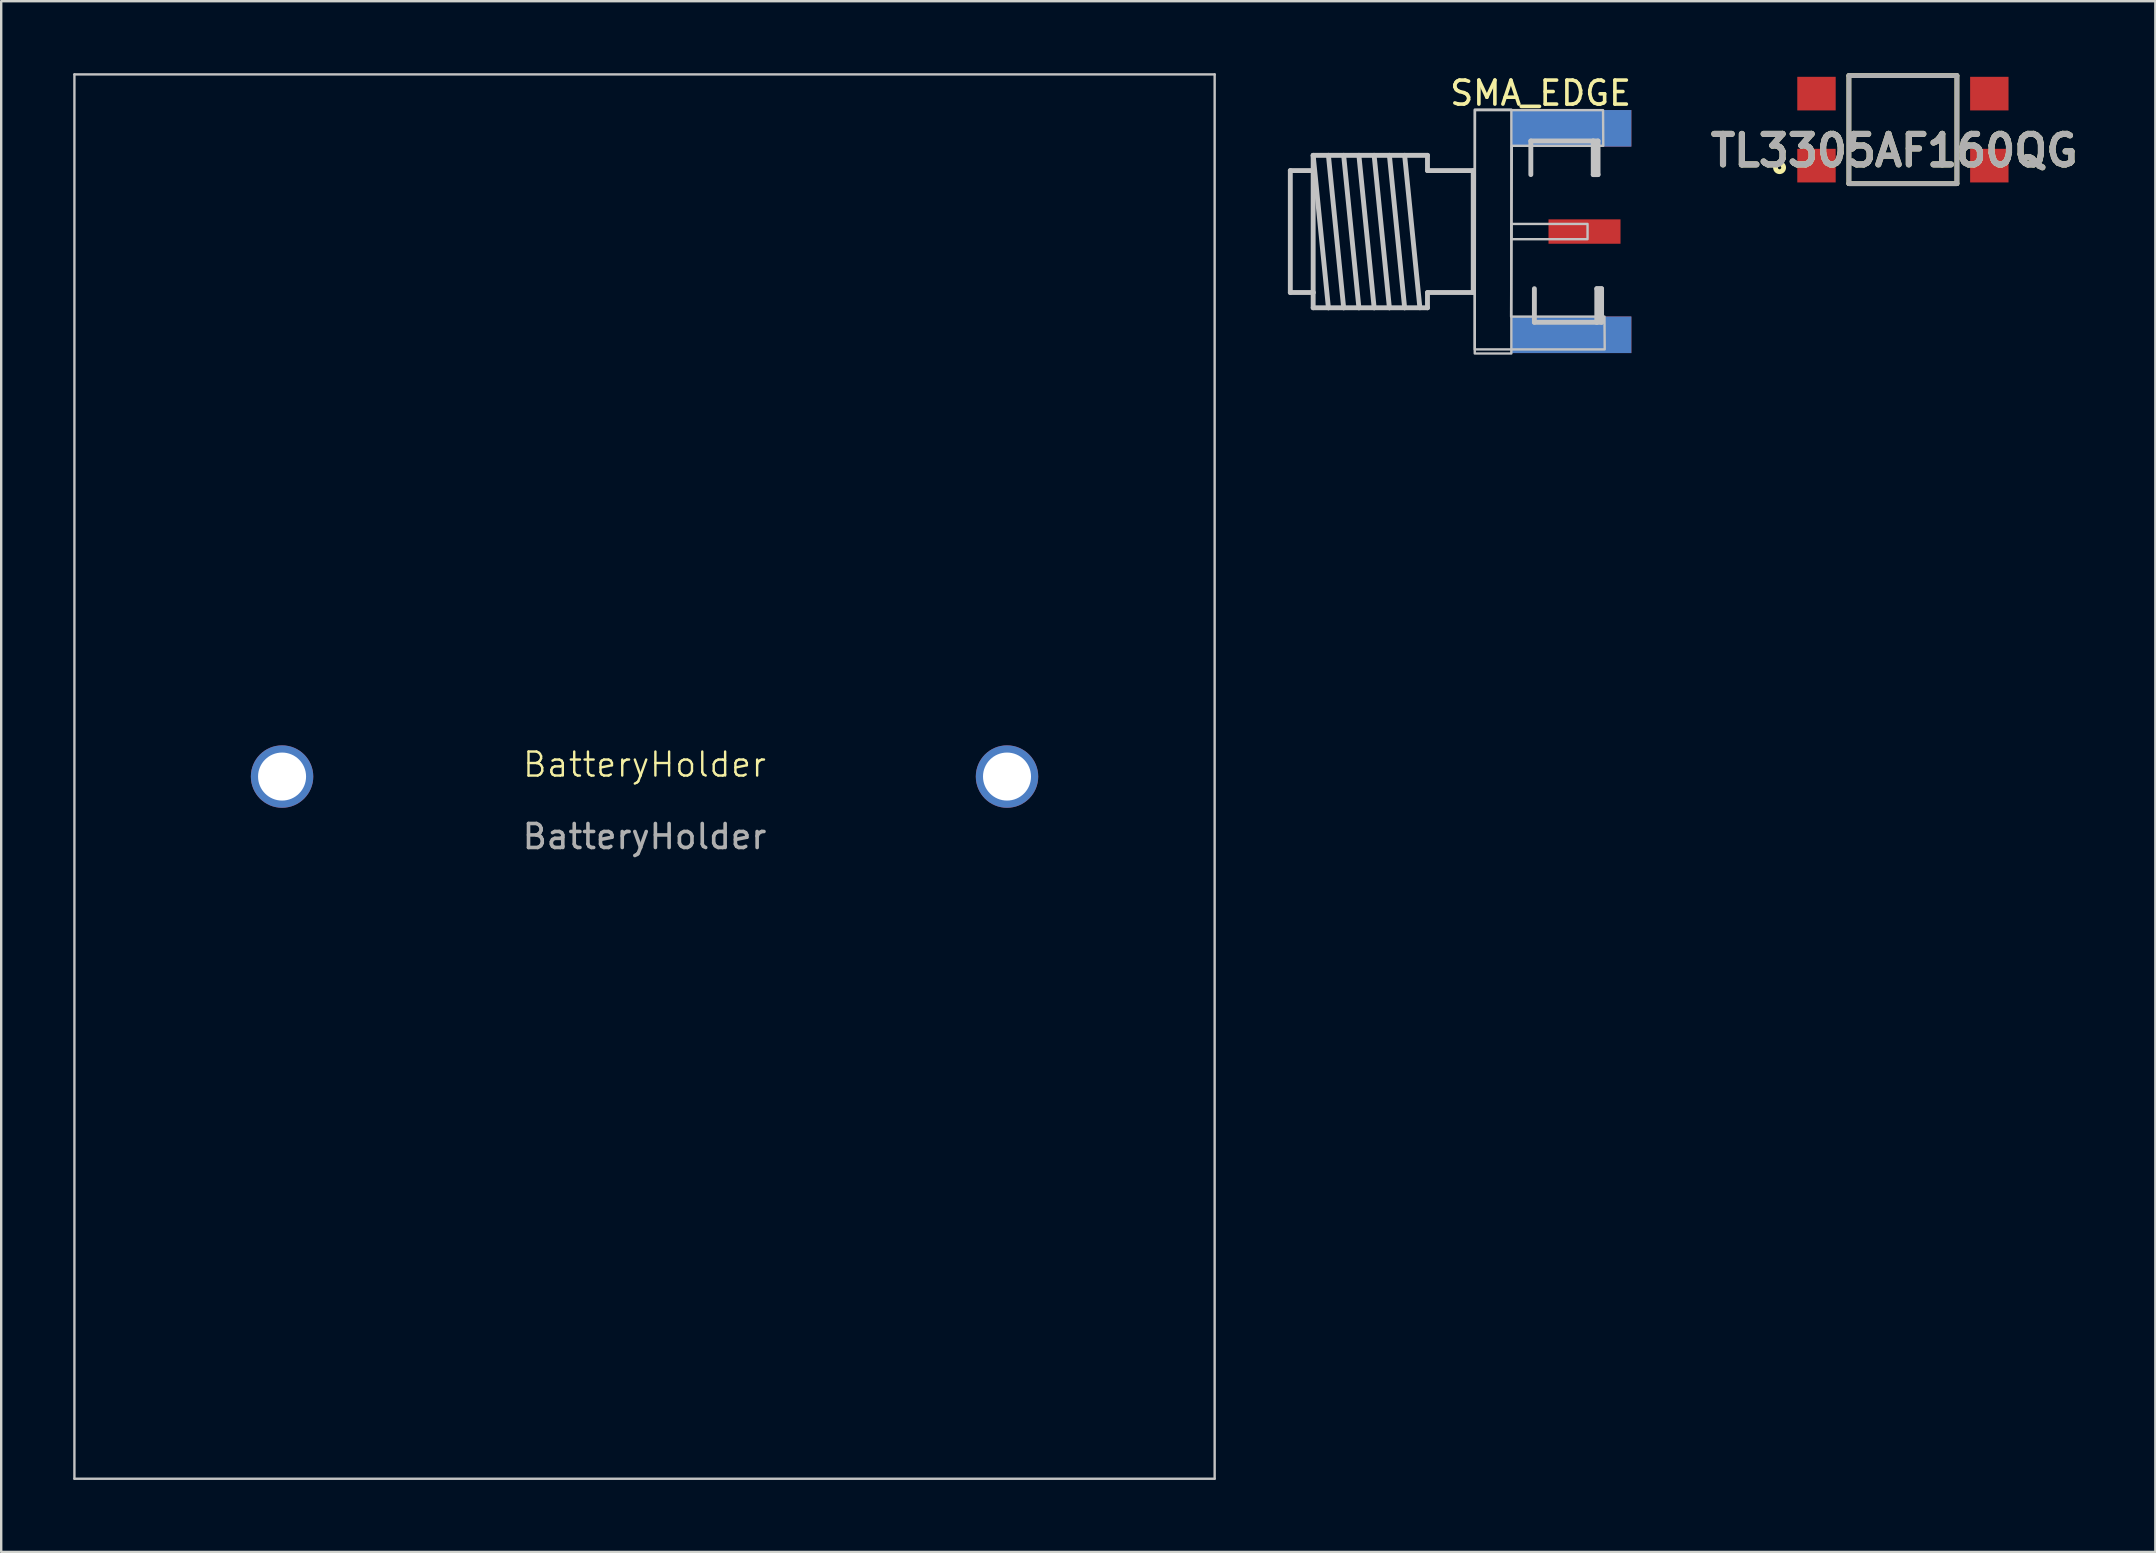
<source format=kicad_pcb>
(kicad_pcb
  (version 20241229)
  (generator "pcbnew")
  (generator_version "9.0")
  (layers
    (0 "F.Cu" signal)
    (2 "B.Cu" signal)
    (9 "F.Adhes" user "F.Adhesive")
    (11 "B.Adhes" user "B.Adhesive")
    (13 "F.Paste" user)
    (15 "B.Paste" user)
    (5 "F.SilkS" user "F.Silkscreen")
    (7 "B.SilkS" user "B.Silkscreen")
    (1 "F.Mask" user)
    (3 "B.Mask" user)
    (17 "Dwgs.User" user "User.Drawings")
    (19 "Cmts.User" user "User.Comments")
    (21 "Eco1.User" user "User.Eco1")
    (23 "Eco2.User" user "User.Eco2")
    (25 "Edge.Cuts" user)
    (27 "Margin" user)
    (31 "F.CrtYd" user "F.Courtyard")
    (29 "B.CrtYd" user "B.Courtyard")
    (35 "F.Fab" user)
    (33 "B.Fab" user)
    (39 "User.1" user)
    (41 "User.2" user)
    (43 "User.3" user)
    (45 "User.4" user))
  (footprint "TL3305AF160QG"
    (layer "F.Cu")
    (at 76.221 2.35)
    (property "Reference" "TL3305AF160QG" (at -0.358 0.874 0) (layer "F.SilkS") (effects (font (size 1.27 1.27) (thickness 0.254))))
    (attr smd)
    (fp_line (start -2.25 -2.25) (end 2.25 -2.25) (stroke (width 0.2) (type solid)) (layer "F.SilkS"))
    (fp_line (start -2.25 2.25) (end -2.25 -2.25) (stroke (width 0.2) (type solid)) (layer "F.SilkS"))
    (fp_line (start 2.25 -2.25) (end 2.25 2.25) (stroke (width 0.2) (type solid)) (layer "F.SilkS"))
    (fp_line (start 2.25 2.25) (end -2.25 2.25) (stroke (width 0.2) (type solid)) (layer "F.SilkS"))
    (fp_circle (center -5.138 1.583) (end -5.138 1.652) (stroke (width 0.2) (type solid)) (fill no) (layer "F.SilkS"))
    (fp_line (start -2.25 -2.25) (end 2.25 -2.25) (stroke (width 0.2) (type solid)) (layer "F.Fab"))
    (fp_line (start -2.25 2.25) (end -2.25 -2.25) (stroke (width 0.2) (type solid)) (layer "F.Fab"))
    (fp_line (start 2.25 -2.25) (end 2.25 2.25) (stroke (width 0.2) (type solid)) (layer "F.Fab"))
    (fp_line (start 2.25 2.25) (end -2.25 2.25) (stroke (width 0.2) (type solid)) (layer "F.Fab"))
    (fp_text user "${REFERENCE}" (at -0.358 0.874 0) (layer "F.Fab") (effects (font (size 1.27 1.27) (thickness 0.254))))
    (pad "1" smd rect (at -3.6 1.5 90) (size 1.4 1.6) (layers "F.Cu" "F.Mask" "F.Paste"))
    (pad "1" smd rect (at 3.6 1.5 90) (size 1.4 1.6) (layers "F.Cu" "F.Mask" "F.Paste"))
    (pad "2" smd rect (at -3.6 -1.5 90) (size 1.4 1.6) (layers "F.Cu" "F.Mask" "F.Paste"))
    (pad "2" smd rect (at 3.6 -1.5 90) (size 1.4 1.6) (layers "F.Cu" "F.Mask" "F.Paste")))
  (footprint "SMA_EDGE"
    (layer "F.Cu")
    (at 59.909 6.596)
    (property "Reference" "SMA_EDGE" (at 5.08 -6.35 0) (layer "F.SilkS") (effects (font (size 1 1) (thickness 0.15)) (justify right top)))
    (attr through_hole)
    (fp_poly (pts (xy 0.943 -2.61) (xy 3.28 -2.61) (xy 3.28 -3.524) (xy 0.943 -3.524)) (stroke (width 0) (type solid)) (fill yes) (layer "F.Mask"))
    (fp_poly (pts (xy 1.092 3.533) (xy 3.428 3.533) (xy 3.428 2.618) (xy 1.092 2.618)) (stroke (width 0) (type solid)) (fill yes) (layer "F.Mask"))
    (fp_poly (pts (xy 1.045 -2.661) (xy 3.178 -2.661) (xy 3.178 -3.474) (xy 1.045 -3.474)) (stroke (width 0) (type solid)) (fill yes) (layer "F.Paste"))
    (fp_poly (pts (xy 1.193 3.482) (xy 3.327 3.482) (xy 3.327 2.669) (xy 1.193 2.669)) (stroke (width 0) (type solid)) (fill yes) (layer "F.Paste"))
    (fp_poly (pts (xy 3.2 0.483) (xy 3.962 0.483) (xy 3.962 -0.483) (xy 3.2 -0.483)) (stroke (width 0) (type solid)) (fill yes) (layer "F.Paste"))
    (fp_line (start -9.207 -2.54) (end -8.255 -2.54) (stroke (width 0.203) (type solid)) (layer "Dwgs.User"))
    (fp_line (start -9.207 2.54) (end -9.207 -2.54) (stroke (width 0.203) (type solid)) (layer "Dwgs.User"))
    (fp_line (start -8.255 -3.175) (end -7.62 -3.175) (stroke (width 0.203) (type solid)) (layer "Dwgs.User"))
    (fp_line (start -8.255 -3.175) (end -7.62 3.175) (stroke (width 0.203) (type solid)) (layer "Dwgs.User"))
    (fp_line (start -8.255 -2.54) (end -8.255 -3.175) (stroke (width 0.203) (type solid)) (layer "Dwgs.User"))
    (fp_line (start -8.255 -2.54) (end -8.255 2.54) (stroke (width 0.203) (type solid)) (layer "Dwgs.User"))
    (fp_line (start -8.255 2.54) (end -9.207 2.54) (stroke (width 0.203) (type solid)) (layer "Dwgs.User"))
    (fp_line (start -8.255 3.175) (end -8.255 2.54) (stroke (width 0.203) (type solid)) (layer "Dwgs.User"))
    (fp_line (start -7.62 -3.175) (end -6.985 -3.175) (stroke (width 0.203) (type solid)) (layer "Dwgs.User"))
    (fp_line (start -7.62 -3.175) (end -6.985 3.175) (stroke (width 0.203) (type solid)) (layer "Dwgs.User"))
    (fp_line (start -7.62 3.175) (end -8.255 3.175) (stroke (width 0.203) (type solid)) (layer "Dwgs.User"))
    (fp_line (start -6.985 -3.175) (end -6.35 -3.175) (stroke (width 0.203) (type solid)) (layer "Dwgs.User"))
    (fp_line (start -6.985 -3.175) (end -6.35 3.175) (stroke (width 0.203) (type solid)) (layer "Dwgs.User"))
    (fp_line (start -6.985 3.175) (end -7.62 3.175) (stroke (width 0.203) (type solid)) (layer "Dwgs.User"))
    (fp_line (start -6.35 -3.175) (end -5.715 -3.175) (stroke (width 0.203) (type solid)) (layer "Dwgs.User"))
    (fp_line (start -6.35 -3.175) (end -5.715 3.175) (stroke (width 0.203) (type solid)) (layer "Dwgs.User"))
    (fp_line (start -6.35 3.175) (end -6.985 3.175) (stroke (width 0.203) (type solid)) (layer "Dwgs.User"))
    (fp_line (start -5.715 -3.175) (end -5.08 -3.175) (stroke (width 0.203) (type solid)) (layer "Dwgs.User"))
    (fp_line (start -5.715 -3.175) (end -5.08 3.175) (stroke (width 0.203) (type solid)) (layer "Dwgs.User"))
    (fp_line (start -5.715 3.175) (end -6.35 3.175) (stroke (width 0.203) (type solid)) (layer "Dwgs.User"))
    (fp_line (start -5.08 -3.175) (end -4.445 -3.175) (stroke (width 0.203) (type solid)) (layer "Dwgs.User"))
    (fp_line (start -5.08 -3.175) (end -4.445 3.175) (stroke (width 0.203) (type solid)) (layer "Dwgs.User"))
    (fp_line (start -5.08 3.175) (end -5.715 3.175) (stroke (width 0.203) (type solid)) (layer "Dwgs.User"))
    (fp_line (start -4.445 -3.175) (end -3.81 3.175) (stroke (width 0.203) (type solid)) (layer "Dwgs.User"))
    (fp_line (start -4.445 -3.175) (end -3.493 -3.175) (stroke (width 0.203) (type solid)) (layer "Dwgs.User"))
    (fp_line (start -4.445 3.175) (end -5.08 3.175) (stroke (width 0.203) (type solid)) (layer "Dwgs.User"))
    (fp_line (start -3.493 -3.175) (end -3.493 -2.54) (stroke (width 0.203) (type solid)) (layer "Dwgs.User"))
    (fp_line (start -3.493 -2.54) (end -1.587 -2.54) (stroke (width 0.203) (type solid)) (layer "Dwgs.User"))
    (fp_line (start -3.493 2.54) (end -3.493 3.175) (stroke (width 0.203) (type solid)) (layer "Dwgs.User"))
    (fp_line (start -3.493 3.175) (end -4.445 3.175) (stroke (width 0.203) (type solid)) (layer "Dwgs.User"))
    (fp_line (start -1.587 -2.54) (end -1.587 2.54) (stroke (width 0.203) (type solid)) (layer "Dwgs.User"))
    (fp_line (start -1.587 2.54) (end -3.493 2.54) (stroke (width 0.203) (type solid)) (layer "Dwgs.User"))
    (fp_line (start 0.812 -2.372) (end 0.812 -3.772) (stroke (width 0.203) (type solid)) (layer "Dwgs.User"))
    (fp_line (start 0.96 3.78) (end 0.96 2.38) (stroke (width 0.203) (type solid)) (layer "Dwgs.User"))
    (fp_line (start 0.96 3.78) (end 3.56 3.78) (stroke (width 0.203) (type solid)) (layer "Dwgs.User"))
    (fp_line (start 3.412 -3.772) (end 0.812 -3.772) (stroke (width 0.203) (type solid)) (layer "Dwgs.User"))
    (fp_line (start 3.412 -2.372) (end 3.412 -3.772) (stroke (width 0.203) (type solid)) (layer "Dwgs.User"))
    (fp_line (start 3.512 -2.372) (end 3.512 -3.672) (stroke (width 0.203) (type solid)) (layer "Dwgs.User"))
    (fp_line (start 3.56 3.78) (end 3.56 2.38) (stroke (width 0.203) (type solid)) (layer "Dwgs.User"))
    (fp_line (start 3.612 -3.772) (end 3.412 -3.772) (stroke (width 0.203) (type solid)) (layer "Dwgs.User"))
    (fp_line (start 3.612 -2.372) (end 3.412 -2.372) (stroke (width 0.203) (type solid)) (layer "Dwgs.User"))
    (fp_line (start 3.612 -2.372) (end 3.612 -3.772) (stroke (width 0.203) (type solid)) (layer "Dwgs.User"))
    (fp_line (start 3.66 3.68) (end 3.66 2.38) (stroke (width 0.203) (type solid)) (layer "Dwgs.User"))
    (fp_line (start 3.76 2.38) (end 3.56 2.38) (stroke (width 0.203) (type solid)) (layer "Dwgs.User"))
    (fp_line (start 3.76 3.78) (end 3.56 3.78) (stroke (width 0.203) (type solid)) (layer "Dwgs.User"))
    (fp_line (start 3.76 3.78) (end 3.76 2.38) (stroke (width 0.203) (type solid)) (layer "Dwgs.User"))
    (fp_poly (pts (xy -1.524 -5.08) (xy 0 -5.08) (xy 0 5.08) (xy -1.524 5.08)) (stroke (width 0.1) (type solid)) (fill no) (layer "Dwgs.User"))
    (fp_poly (pts (xy 0 0.318) (xy 3.175 0.318) (xy 3.175 -0.318) (xy 0 -0.318)) (stroke (width 0.1) (type solid)) (fill no) (layer "Dwgs.User"))
    (fp_poly (pts (xy -1.514 -5.058) (xy 3.82 -5.058) (xy 3.83 -3.572) (xy 0.02 -3.572) (xy -0.01 3.542) (xy 3.88 3.542) (xy 3.89 4.908) (xy -1.524 4.908)) (stroke (width 0.1) (type solid)) (fill no) (layer "Dwgs.User"))
    (pad "1" smd rect (at 3.048 0 90) (size 1.016 3) (layers "F.Cu" "F.Mask" "F.Paste"))
    (pad "2" smd rect (at 2.5 -4.3 90) (size 1.524 5) (layers "F.Cu" "F.Mask" "F.Paste"))
    (pad "2" smd rect (at 2.5 -4.3 90) (size 1.524 5) (layers "B.Cu" "B.Mask" "B.Paste"))
    (pad "2" smd rect (at 2.5 4.3 90) (size 1.524 5) (layers "F.Cu" "F.Mask" "F.Paste"))
    (pad "2" smd rect (at 2.5 4.3 90) (size 1.524 5) (layers "B.Cu" "B.Mask" "B.Paste")))
  (footprint "BatteryHolder"
    (layer "F.Cu")
    (at 23.8 29.3)
    (property "Reference" "BatteryHolder" (at 0 -0.5 0) (unlocked yes) (layer "F.SilkS") (effects (font (size 1 1) (thickness 0.1))))
    (attr smd)
    (fp_line (start -23.75 -29.25) (end -23.75 29.25) (stroke (width 0.1) (type default)) (layer "Dwgs.User"))
    (fp_line (start -23.75 -29.25) (end 23.75 -29.25) (stroke (width 0.1) (type default)) (layer "Dwgs.User"))
    (fp_line (start -23.75 29.25) (end 23.75 29.25) (stroke (width 0.1) (type default)) (layer "Dwgs.User"))
    (fp_line (start 23.75 -29.25) (end 23.75 29.25) (stroke (width 0.1) (type default)) (layer "Dwgs.User"))
    (fp_text user "${REFERENCE}" (at 0 2.5 0) (unlocked yes) (layer "F.Fab") (effects (font (size 1 1) (thickness 0.15))))
    (pad "1" thru_hole circle (at -15.1 0) (size 2.6 2.6) (drill 2) (layers "*.Cu" "*.Mask"))
    (pad "1" thru_hole circle (at 15.1 0) (size 2.6 2.6) (drill 2) (layers "*.Cu" "*.Mask")))
  (gr_rect
    (start -3 -3)
    (end 86.737 61.6)
    (stroke (width 0.1) (type default))
    (fill no)
    (layer "Edge.Cuts")))
</source>
